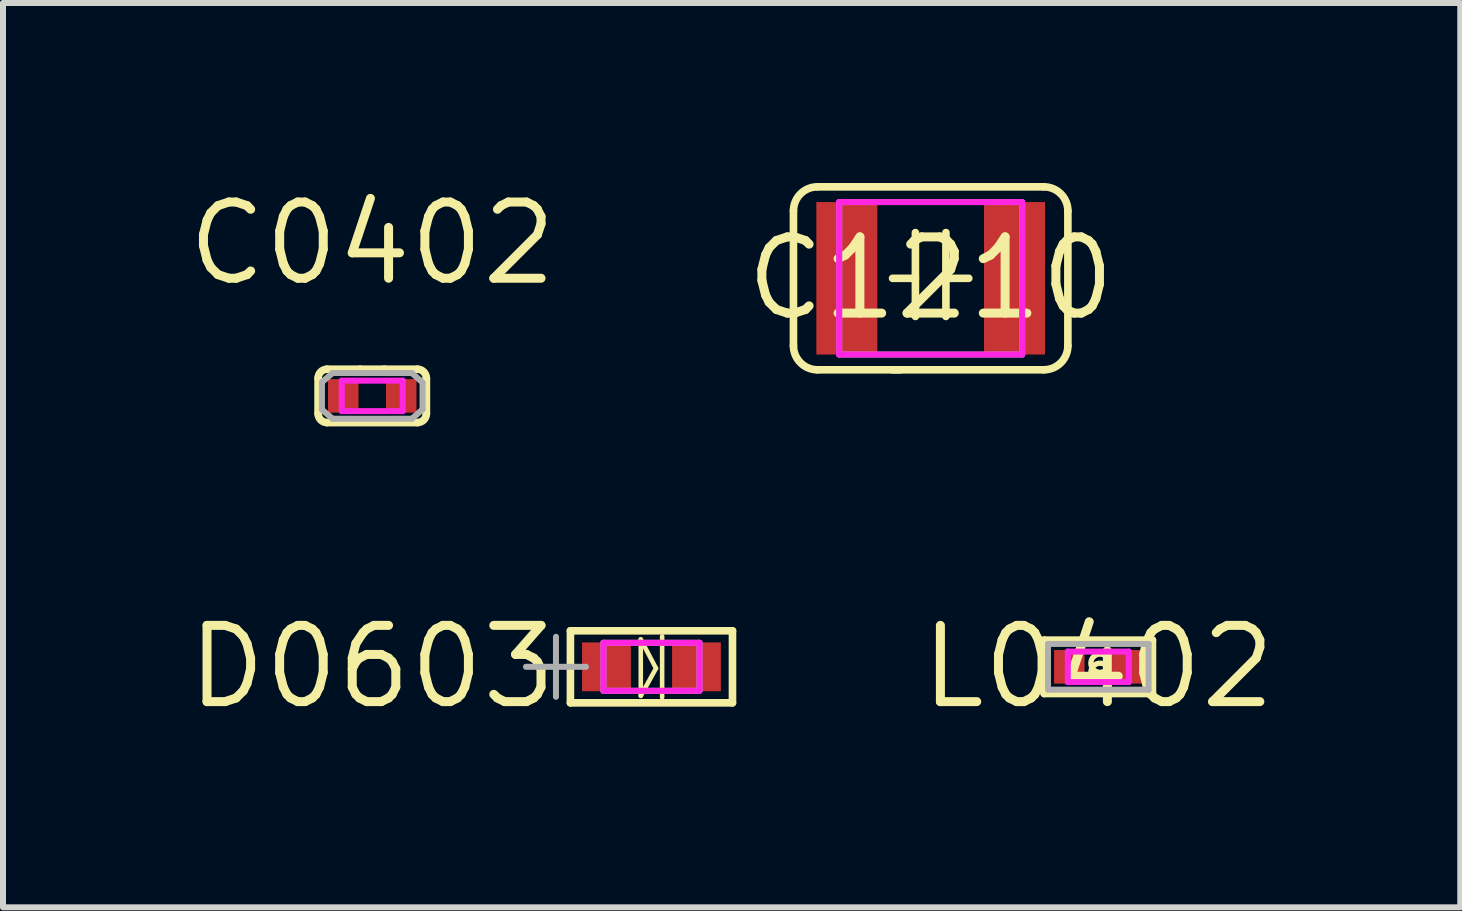
<source format=kicad_pcb>
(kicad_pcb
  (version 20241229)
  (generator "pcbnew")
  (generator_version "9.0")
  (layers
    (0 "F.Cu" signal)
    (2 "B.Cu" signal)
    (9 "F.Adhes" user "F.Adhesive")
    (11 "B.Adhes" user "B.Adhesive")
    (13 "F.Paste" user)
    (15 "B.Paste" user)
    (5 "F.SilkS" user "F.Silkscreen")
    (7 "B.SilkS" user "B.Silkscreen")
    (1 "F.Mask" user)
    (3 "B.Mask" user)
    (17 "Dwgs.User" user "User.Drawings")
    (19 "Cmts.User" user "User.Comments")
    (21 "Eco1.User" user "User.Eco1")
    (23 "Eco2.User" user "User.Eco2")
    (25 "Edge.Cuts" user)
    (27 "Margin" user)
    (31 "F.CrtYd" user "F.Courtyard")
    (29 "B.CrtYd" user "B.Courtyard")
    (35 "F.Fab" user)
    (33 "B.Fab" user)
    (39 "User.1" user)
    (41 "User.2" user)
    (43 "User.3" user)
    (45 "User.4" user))
  (footprint "D0603"
    (layer "F.Cu")
    (at 7.804 8.06)
    (property "Reference" "D0603" (at -1.5 0 0) (layer "F.SilkS") (effects (font (size 1.27 1.27) (thickness 0.15)) (justify right)))
    (fp_line (start -1.35 -0.6) (end -1.35 0.6) (stroke (width 0.127) (type solid)) (layer "F.SilkS"))
    (fp_line (start -1.35 0.6) (end 1.35 0.6) (stroke (width 0.127) (type solid)) (layer "F.SilkS"))
    (fp_line (start -0.178 -0.457) (end 0.076 0.025) (stroke (width 0.076) (type solid)) (layer "F.SilkS"))
    (fp_line (start -0.178 0.483) (end -0.178 -0.457) (stroke (width 0.076) (type solid)) (layer "F.SilkS"))
    (fp_line (start 0.076 0.025) (end -0.178 0.483) (stroke (width 0.076) (type solid)) (layer "F.SilkS"))
    (fp_line (start 0.178 -0.508) (end 0.178 0.508) (stroke (width 0.076) (type solid)) (layer "F.SilkS"))
    (fp_line (start 1.35 -0.6) (end -1.35 -0.6) (stroke (width 0.127) (type solid)) (layer "F.SilkS"))
    (fp_line (start 1.35 0.6) (end 1.35 -0.6) (stroke (width 0.127) (type solid)) (layer "F.SilkS"))
    (fp_line (start -0.8 -0.4) (end -0.8 0.4) (stroke (width 0.1) (type solid)) (layer "F.CrtYd"))
    (fp_line (start -0.8 0.4) (end 0.8 0.4) (stroke (width 0.1) (type solid)) (layer "F.CrtYd"))
    (fp_line (start 0.8 -0.4) (end -0.8 -0.4) (stroke (width 0.1) (type solid)) (layer "F.CrtYd"))
    (fp_line (start 0.8 0.4) (end 0.8 -0.4) (stroke (width 0.1) (type solid)) (layer "F.CrtYd"))
    (fp_line (start -2.091 0) (end -1.091 0) (stroke (width 0.1) (type solid)) (layer "F.Fab"))
    (fp_line (start -1.591 0.5) (end -1.591 -0.5) (stroke (width 0.1) (type solid)) (layer "F.Fab"))
    (fp_line (start -0.8 -0.4) (end -0.8 0.4) (stroke (width 0.1) (type solid)) (layer "F.Fab"))
    (fp_line (start -0.8 0.4) (end 0.8 0.4) (stroke (width 0.1) (type solid)) (layer "F.Fab"))
    (fp_line (start 0.8 -0.4) (end -0.8 -0.4) (stroke (width 0.1) (type solid)) (layer "F.Fab"))
    (fp_line (start 0.8 0.4) (end 0.8 -0.4) (stroke (width 0.1) (type solid)) (layer "F.Fab"))
    (pad "1" smd rect (at -0.75 0) (size 0.813 0.813) (layers "F.Cu" "F.Mask" "F.Paste"))
    (pad "2" smd rect (at 0.75 0) (size 0.813 0.813) (layers "F.Cu" "F.Mask" "F.Paste")))
  (footprint "C1210"
    (layer "F.Cu")
    (at 12.456 1.587)
    (property "Reference" "C1210" (at 0 0 0) (layer "F.SilkS") (effects (font (size 1.27 1.27) (thickness 0.15))))
    (fp_line (start -2.286 1.124) (end -2.286 -1.124) (stroke (width 0.127) (type solid)) (layer "F.SilkS"))
    (fp_line (start -1.886 -1.524) (end 1.886 -1.524) (stroke (width 0.127) (type solid)) (layer "F.SilkS"))
    (fp_line (start -0.508 1.524) (end -1.886 1.524) (stroke (width 0.127) (type solid)) (layer "F.SilkS"))
    (fp_line (start -0.254 0) (end -0.635 0) (stroke (width 0.127) (type solid)) (layer "F.SilkS"))
    (fp_line (start -0.254 0.635) (end -0.254 -0.762) (stroke (width 0.127) (type solid)) (layer "F.SilkS"))
    (fp_line (start 0.254 0) (end 0.635 0) (stroke (width 0.127) (type solid)) (layer "F.SilkS"))
    (fp_line (start 0.254 0.635) (end 0.254 -0.762) (stroke (width 0.127) (type solid)) (layer "F.SilkS"))
    (fp_line (start 1.886 1.524) (end -0.635 1.524) (stroke (width 0.127) (type solid)) (layer "F.SilkS"))
    (fp_line (start 2.286 -1.124) (end 2.286 1.124) (stroke (width 0.127) (type solid)) (layer "F.SilkS"))
    (fp_arc (start -2.286 -1.123999) (mid -2.168844 -1.406843) (end -1.886001 -1.524) (stroke (width 0.127) (type solid)) (layer "F.SilkS"))
    (fp_arc (start -1.886001 1.524) (mid -2.168841 1.406841) (end -2.286 1.124001) (stroke (width 0.127) (type solid)) (layer "F.SilkS"))
    (fp_arc (start 1.886005 -1.524) (mid 2.168846 -1.406843) (end 2.286 -1.124001) (stroke (width 0.127) (type solid)) (layer "F.SilkS"))
    (fp_arc (start 2.286 1.123999) (mid 2.168843 1.406841) (end 1.886001 1.524) (stroke (width 0.127) (type solid)) (layer "F.SilkS"))
    (fp_line (start -1.524 -1.27) (end -1.524 1.27) (stroke (width 0.1) (type solid)) (layer "F.CrtYd"))
    (fp_line (start -1.524 1.27) (end 1.524 1.27) (stroke (width 0.1) (type solid)) (layer "F.CrtYd"))
    (fp_line (start 1.524 -1.27) (end -1.524 -1.27) (stroke (width 0.1) (type solid)) (layer "F.CrtYd"))
    (fp_line (start 1.524 1.27) (end 1.524 -1.27) (stroke (width 0.1) (type solid)) (layer "F.CrtYd"))
    (fp_line (start -1.524 -1.27) (end -1.524 1.27) (stroke (width 0.1) (type solid)) (layer "F.Fab"))
    (fp_line (start -1.524 1.27) (end 1.524 1.27) (stroke (width 0.1) (type solid)) (layer "F.Fab"))
    (fp_line (start 1.524 -1.27) (end -1.524 -1.27) (stroke (width 0.1) (type solid)) (layer "F.Fab"))
    (fp_line (start 1.524 1.27) (end 1.524 -1.27) (stroke (width 0.1) (type solid)) (layer "F.Fab"))
    (pad "1" smd rect (at 1.397 0 180) (size 1.016 2.54) (layers "F.Cu" "F.Mask" "F.Paste"))
    (pad "2" smd rect (at -1.397 0 180) (size 1.016 2.54) (layers "F.Cu" "F.Mask" "F.Paste")))
  (footprint "C0402"
    (layer "F.Cu")
    (at 3.152 3.546)
    (property "Reference" "C0402" (at 0 -2.54 180) (layer "F.SilkS") (effects (font (size 1.27 1.27) (thickness 0.15))))
    (fp_line (start -0.902 0.295) (end -0.902 -0.294) (stroke (width 0.127) (type solid)) (layer "F.SilkS"))
    (fp_line (start -0.752 -0.445) (end -0.203 -0.445) (stroke (width 0.127) (type solid)) (layer "F.SilkS"))
    (fp_line (start -0.203 -0.445) (end 0.203 -0.445) (stroke (width 0.127) (type solid)) (layer "F.SilkS"))
    (fp_line (start 0.203 -0.445) (end 0.752 -0.445) (stroke (width 0.127) (type solid)) (layer "F.SilkS"))
    (fp_line (start 0.752 0.445) (end -0.752 0.445) (stroke (width 0.127) (type solid)) (layer "F.SilkS"))
    (fp_line (start 0.902 -0.294) (end 0.902 0.295) (stroke (width 0.127) (type solid)) (layer "F.SilkS"))
    (fp_arc (start -0.9017 -0.29449) (mid -0.857765 -0.400566) (end -0.751688 -0.4445) (stroke (width 0.127) (type solid)) (layer "F.SilkS"))
    (fp_arc (start -0.751688 0.4445) (mid -0.857757 0.400575) (end -0.9017 0.294513) (stroke (width 0.127) (type solid)) (layer "F.SilkS"))
    (fp_arc (start 0.751713 -0.4445) (mid 0.857775 -0.400557) (end 0.9017 -0.294488) (stroke (width 0.127) (type solid)) (layer "F.SilkS"))
    (fp_arc (start 0.9017 0.294511) (mid 0.857767 0.400566) (end 0.751713 0.4445) (stroke (width 0.127) (type solid)) (layer "F.SilkS"))
    (fp_line (start -0.508 -0.254) (end 0.508 -0.254) (stroke (width 0.1) (type solid)) (layer "F.CrtYd"))
    (fp_line (start -0.508 0.254) (end -0.508 -0.254) (stroke (width 0.1) (type solid)) (layer "F.CrtYd"))
    (fp_line (start 0.508 -0.254) (end 0.508 0.254) (stroke (width 0.1) (type solid)) (layer "F.CrtYd"))
    (fp_line (start 0.508 0.254) (end -0.508 0.254) (stroke (width 0.1) (type solid)) (layer "F.CrtYd"))
    (fp_line (start -0.838 -0.229) (end -0.838 0.229) (stroke (width 0.1) (type solid)) (layer "F.Fab"))
    (fp_line (start -0.838 0.229) (end -0.66 0.381) (stroke (width 0.1) (type solid)) (layer "F.Fab"))
    (fp_line (start -0.66 -0.381) (end -0.838 -0.229) (stroke (width 0.1) (type solid)) (layer "F.Fab"))
    (fp_line (start -0.66 0.381) (end 0.66 0.381) (stroke (width 0.1) (type solid)) (layer "F.Fab"))
    (fp_line (start 0.66 -0.381) (end -0.66 -0.381) (stroke (width 0.1) (type solid)) (layer "F.Fab"))
    (fp_line (start 0.66 0.381) (end 0.838 0.225) (stroke (width 0.1) (type solid)) (layer "F.Fab"))
    (fp_line (start 0.838 -0.223) (end 0.66 -0.381) (stroke (width 0.1) (type solid)) (layer "F.Fab"))
    (fp_line (start 0.838 0.225) (end 0.838 -0.223) (stroke (width 0.1) (type solid)) (layer "F.Fab"))
    (pad "1" smd rect (at -0.483 0) (size 0.508 0.559) (layers "F.Cu" "F.Mask" "F.Paste"))
    (pad "2" smd rect (at 0.483 0) (size 0.508 0.559) (layers "F.Cu" "F.Mask" "F.Paste")))
  (footprint "L0402"
    (layer "F.Cu")
    (at 15.249 8.06)
    (property "Reference" "L0402" (at 0 0 180) (layer "F.SilkS") (effects (font (size 1.27 1.27) (thickness 0.15))))
    (fp_line (start -0.902 -0.445) (end 0.902 -0.445) (stroke (width 0.127) (type solid)) (layer "F.SilkS"))
    (fp_line (start -0.902 0.445) (end -0.902 -0.445) (stroke (width 0.127) (type solid)) (layer "F.SilkS"))
    (fp_line (start 0.902 -0.445) (end 0.902 0.432) (stroke (width 0.127) (type solid)) (layer "F.SilkS"))
    (fp_line (start 0.902 0.445) (end -0.902 0.445) (stroke (width 0.127) (type solid)) (layer "F.SilkS"))
    (fp_arc (start 0.136194 0.047701) (mid -0.123913 -0.060047) (end 0.136195 -0.167792) (stroke (width 0.0889) (type solid)) (layer "F.SilkS"))
    (fp_arc (start 0.136194 0.200101) (mid -0.123913 0.092353) (end 0.136195 -0.015392) (stroke (width 0.0889) (type solid)) (layer "F.SilkS"))
    (fp_line (start -0.508 -0.254) (end 0.508 -0.254) (stroke (width 0.1) (type solid)) (layer "F.CrtYd"))
    (fp_line (start -0.508 0.254) (end -0.508 -0.254) (stroke (width 0.1) (type solid)) (layer "F.CrtYd"))
    (fp_line (start 0.508 -0.254) (end 0.508 0.254) (stroke (width 0.1) (type solid)) (layer "F.CrtYd"))
    (fp_line (start 0.508 0.254) (end -0.508 0.254) (stroke (width 0.1) (type solid)) (layer "F.CrtYd"))
    (fp_line (start -0.838 -0.381) (end 0.838 -0.381) (stroke (width 0.1) (type solid)) (layer "F.Fab"))
    (fp_line (start -0.838 0.381) (end -0.838 -0.381) (stroke (width 0.1) (type solid)) (layer "F.Fab"))
    (fp_line (start 0.838 -0.381) (end 0.838 0.381) (stroke (width 0.1) (type solid)) (layer "F.Fab"))
    (fp_line (start 0.838 0.381) (end -0.838 0.381) (stroke (width 0.1) (type solid)) (layer "F.Fab"))
    (pad "1" smd rect (at 0.483 0 180) (size 0.508 0.559) (layers "F.Cu" "F.Mask" "F.Paste"))
    (pad "2" smd rect (at -0.483 0 180) (size 0.508 0.559) (layers "F.Cu" "F.Mask" "F.Paste")))
  (gr_rect
    (start -3 -3)
    (end 21.28 12.067)
    (stroke (width 0.1) (type default))
    (fill no)
    (layer "Edge.Cuts")))
</source>
